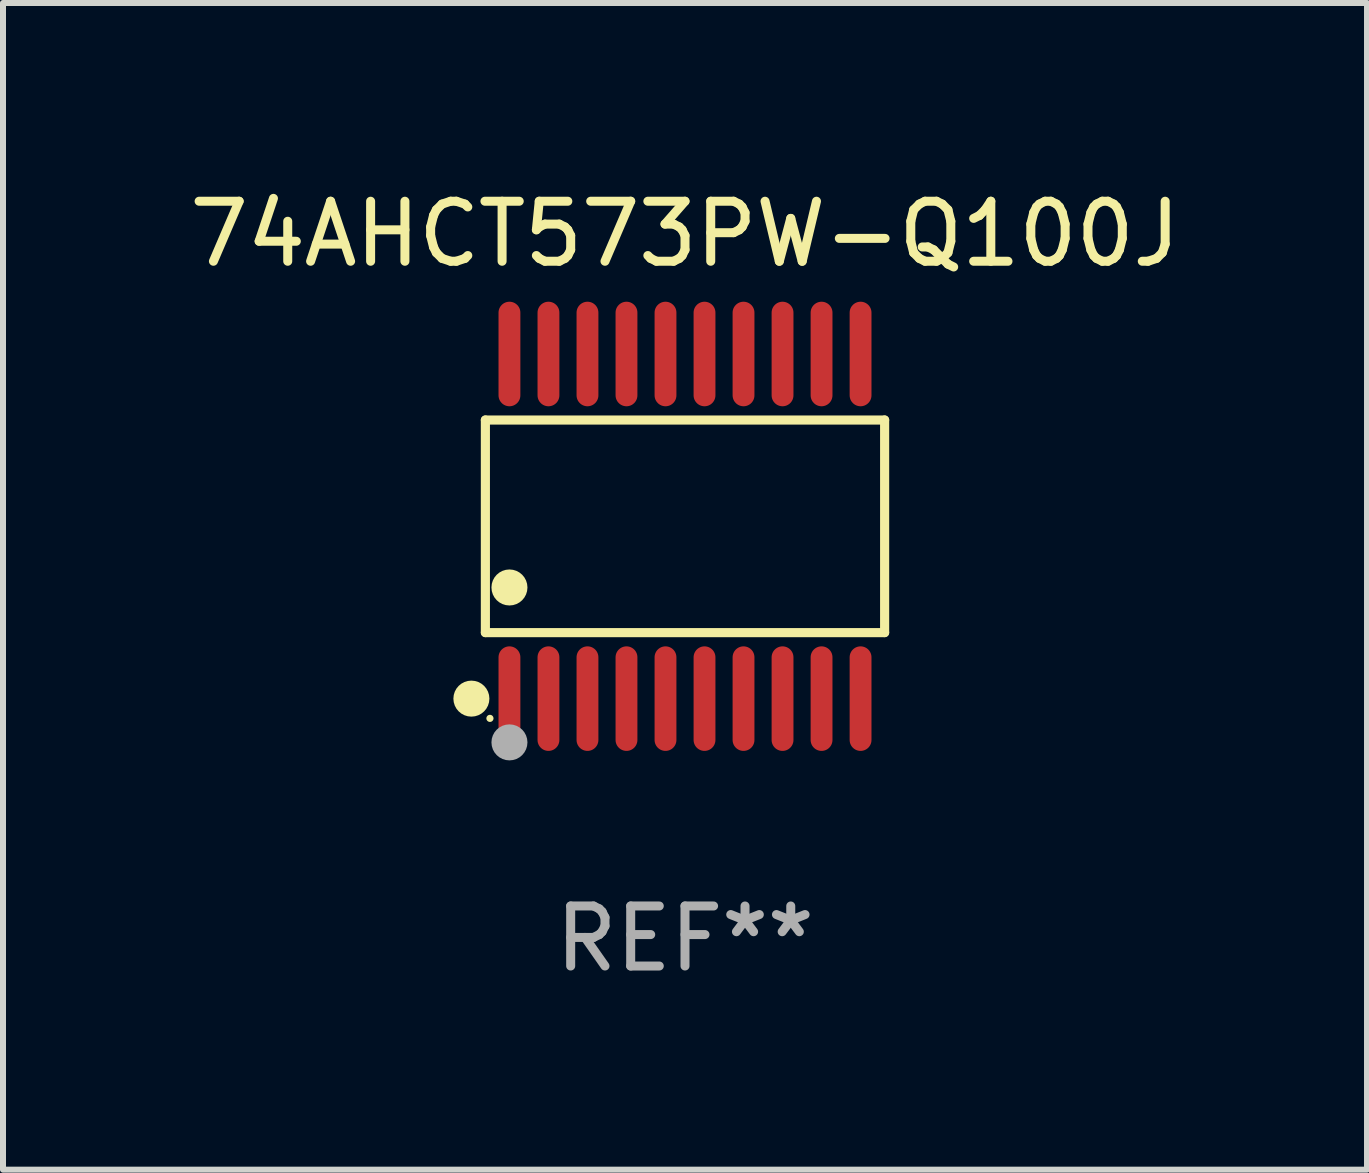
<source format=kicad_pcb>
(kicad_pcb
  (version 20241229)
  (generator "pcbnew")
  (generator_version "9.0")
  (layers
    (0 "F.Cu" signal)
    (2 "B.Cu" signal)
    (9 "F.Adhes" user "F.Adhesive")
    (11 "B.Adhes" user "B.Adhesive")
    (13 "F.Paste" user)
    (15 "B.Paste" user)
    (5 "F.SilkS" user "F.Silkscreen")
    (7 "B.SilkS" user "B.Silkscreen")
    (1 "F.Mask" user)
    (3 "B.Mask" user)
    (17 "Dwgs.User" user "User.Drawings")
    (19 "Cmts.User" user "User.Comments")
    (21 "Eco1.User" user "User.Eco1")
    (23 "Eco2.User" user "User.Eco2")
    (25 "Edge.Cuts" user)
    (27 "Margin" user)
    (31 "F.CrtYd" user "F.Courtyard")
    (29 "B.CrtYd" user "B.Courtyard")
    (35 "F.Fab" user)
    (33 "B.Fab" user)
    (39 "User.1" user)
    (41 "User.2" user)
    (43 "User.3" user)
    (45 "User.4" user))
  (footprint "74AHCT573PW-Q100J"
    (layer "F.Cu")
    (at 8.363 5.719)
    (property "Reference" "74AHCT573PW-Q100J" (at 0 -4.871 0) (layer "F.SilkS") (effects (font (size 1 1) (thickness 0.15))))
    (attr through_hole)
    (fp_line (start -3.326 -1.771) (end 3.326 -1.771) (stroke (width 0.152) (type solid)) (layer "F.SilkS"))
    (fp_line (start -3.326 1.771) (end -3.326 -1.771) (stroke (width 0.152) (type solid)) (layer "F.SilkS"))
    (fp_line (start 3.326 -1.771) (end 3.326 1.771) (stroke (width 0.152) (type solid)) (layer "F.SilkS"))
    (fp_line (start 3.326 1.771) (end -3.326 1.771) (stroke (width 0.152) (type solid)) (layer "F.SilkS"))
    (fp_circle (center -3.559 2.871) (end -3.409 2.871) (stroke (width 0.3) (type solid)) (fill no) (layer "F.SilkS"))
    (fp_circle (center -3.25 3.2) (end -3.22 3.2) (stroke (width 0.06) (type solid)) (fill no) (layer "F.SilkS"))
    (fp_circle (center -2.925 1.019) (end -2.775 1.019) (stroke (width 0.3) (type solid)) (fill no) (layer "F.SilkS"))
    (fp_circle (center -2.925 3.6) (end -2.775 3.6) (stroke (width 0.3) (type solid)) (fill no) (layer "F.Fab"))
    (fp_text user "REF**" (at 0 6.871 0) (layer "F.Fab") (effects (font (size 1 1) (thickness 0.15))))
    (pad "1" smd oval (at -2.925 2.871) (size 0.364 1.742) (layers "F.Cu" "F.Mask" "F.Paste"))
    (pad "2" smd oval (at -2.275 2.871) (size 0.364 1.742) (layers "F.Cu" "F.Mask" "F.Paste"))
    (pad "3" smd oval (at -1.625 2.871) (size 0.364 1.742) (layers "F.Cu" "F.Mask" "F.Paste"))
    (pad "4" smd oval (at -0.975 2.871) (size 0.364 1.742) (layers "F.Cu" "F.Mask" "F.Paste"))
    (pad "5" smd oval (at -0.325 2.871) (size 0.364 1.742) (layers "F.Cu" "F.Mask" "F.Paste"))
    (pad "6" smd oval (at 0.325 2.871) (size 0.364 1.742) (layers "F.Cu" "F.Mask" "F.Paste"))
    (pad "7" smd oval (at 0.975 2.871) (size 0.364 1.742) (layers "F.Cu" "F.Mask" "F.Paste"))
    (pad "8" smd oval (at 1.625 2.871) (size 0.364 1.742) (layers "F.Cu" "F.Mask" "F.Paste"))
    (pad "9" smd oval (at 2.275 2.871) (size 0.364 1.742) (layers "F.Cu" "F.Mask" "F.Paste"))
    (pad "10" smd oval (at 2.925 2.871) (size 0.364 1.742) (layers "F.Cu" "F.Mask" "F.Paste"))
    (pad "11" smd oval (at 2.925 -2.871) (size 0.364 1.742) (layers "F.Cu" "F.Mask" "F.Paste"))
    (pad "12" smd oval (at 2.275 -2.871) (size 0.364 1.742) (layers "F.Cu" "F.Mask" "F.Paste"))
    (pad "13" smd oval (at 1.625 -2.871) (size 0.364 1.742) (layers "F.Cu" "F.Mask" "F.Paste"))
    (pad "14" smd oval (at 0.975 -2.871) (size 0.364 1.742) (layers "F.Cu" "F.Mask" "F.Paste"))
    (pad "15" smd oval (at 0.325 -2.871) (size 0.364 1.742) (layers "F.Cu" "F.Mask" "F.Paste"))
    (pad "16" smd oval (at -0.325 -2.871) (size 0.364 1.742) (layers "F.Cu" "F.Mask" "F.Paste"))
    (pad "17" smd oval (at -0.975 -2.871) (size 0.364 1.742) (layers "F.Cu" "F.Mask" "F.Paste"))
    (pad "18" smd oval (at -1.625 -2.871) (size 0.364 1.742) (layers "F.Cu" "F.Mask" "F.Paste"))
    (pad "19" smd oval (at -2.275 -2.871) (size 0.364 1.742) (layers "F.Cu" "F.Mask" "F.Paste"))
    (pad "20" smd oval (at -2.925 -2.871) (size 0.364 1.742) (layers "F.Cu" "F.Mask" "F.Paste")))
  (gr_rect
    (start -3 -3)
    (end 19.726 16.438)
    (stroke (width 0.1) (type default))
    (fill no)
    (layer "Edge.Cuts")))
</source>
